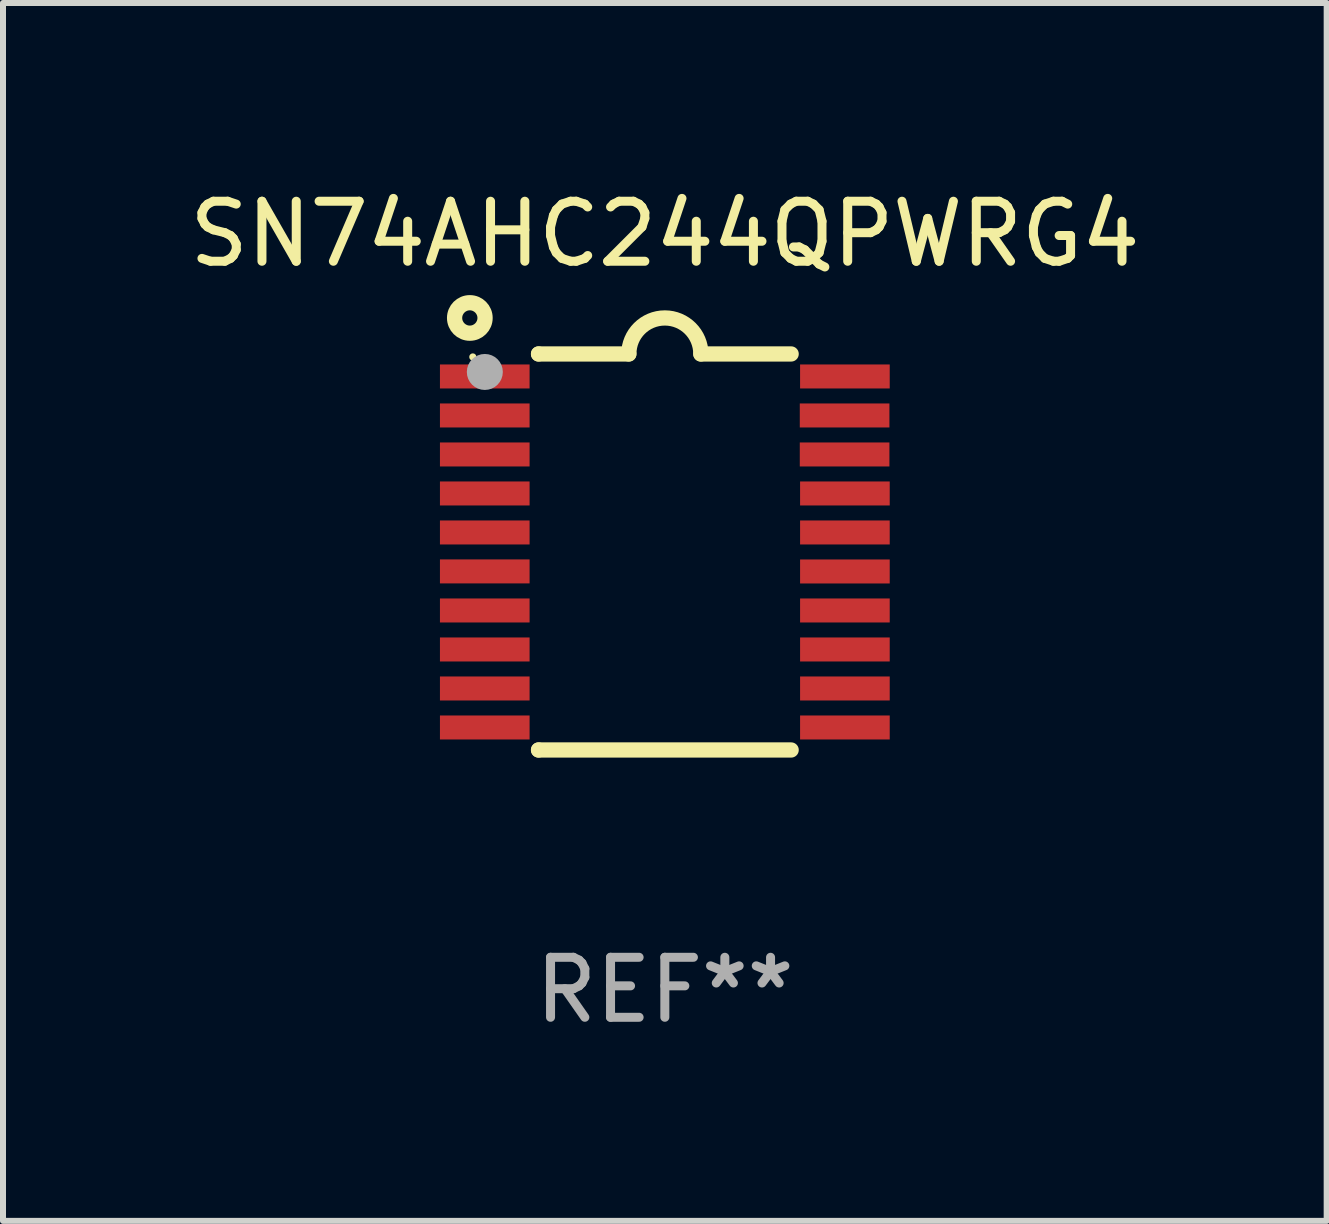
<source format=kicad_pcb>
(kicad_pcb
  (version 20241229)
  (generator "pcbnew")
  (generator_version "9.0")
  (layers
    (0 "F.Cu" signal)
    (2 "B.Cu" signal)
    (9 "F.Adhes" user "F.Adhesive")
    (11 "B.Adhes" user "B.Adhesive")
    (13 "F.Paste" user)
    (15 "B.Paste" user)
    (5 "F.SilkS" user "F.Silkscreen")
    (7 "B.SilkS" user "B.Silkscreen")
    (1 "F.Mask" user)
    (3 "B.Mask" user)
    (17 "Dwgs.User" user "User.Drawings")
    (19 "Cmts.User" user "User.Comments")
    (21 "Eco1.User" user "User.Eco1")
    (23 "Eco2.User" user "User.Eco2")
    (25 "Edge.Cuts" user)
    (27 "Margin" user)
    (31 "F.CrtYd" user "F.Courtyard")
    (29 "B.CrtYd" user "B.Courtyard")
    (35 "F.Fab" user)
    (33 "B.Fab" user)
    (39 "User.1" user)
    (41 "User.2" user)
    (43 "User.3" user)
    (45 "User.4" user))
  (footprint "SN74AHC244QPWRG4"
    (layer "F.Cu")
    (at 8.03 6.149)
    (property "Reference" "SN74AHC244QPWRG4" (at 0 -5.3 0) (layer "F.SilkS") (effects (font (size 1 1) (thickness 0.15))))
    (attr through_hole)
    (fp_line (start -2.105 -3.3) (end -2.105 -3.3) (stroke (width 0.254) (type solid)) (layer "F.SilkS"))
    (fp_line (start -2.105 -3.3) (end -0.6 -3.3) (stroke (width 0.254) (type solid)) (layer "F.SilkS"))
    (fp_line (start -2.105 3.3) (end -2.105 3.3) (stroke (width 0.254) (type solid)) (layer "F.SilkS"))
    (fp_line (start 0.6 -3.3) (end 2.105 -3.3) (stroke (width 0.254) (type solid)) (layer "F.SilkS"))
    (fp_line (start 2.105 3.3) (end -2.105 3.3) (stroke (width 0.254) (type solid)) (layer "F.SilkS"))
    (fp_arc (start -0.599924 -3.300026) (mid 0.000114 -3.897415) (end 0.600152 -3.300025) (stroke (width 0.254001) (type solid)) (layer "F.SilkS"))
    (fp_circle (center -3.25 -3.9) (end -2.996 -3.9) (stroke (width 0.254) (type solid)) (fill no) (layer "F.SilkS"))
    (fp_circle (center -3.2 -3.25) (end -3.17 -3.25) (stroke (width 0.06) (type solid)) (fill no) (layer "F.SilkS"))
    (fp_circle (center -3 -3) (end -2.85 -3) (stroke (width 0.3) (type solid)) (fill no) (layer "F.Fab"))
    (fp_text user "REF**" (at 0 7.3 0) (layer "F.Fab") (effects (font (size 1 1) (thickness 0.15))))
    (pad "1" smd rect (at -3.001 -2.925 270) (size 0.4 1.494) (layers "F.Cu" "F.Mask" "F.Paste"))
    (pad "2" smd rect (at -3.001 -2.275 270) (size 0.4 1.494) (layers "F.Cu" "F.Mask" "F.Paste"))
    (pad "3" smd rect (at -3.001 -1.625 270) (size 0.4 1.494) (layers "F.Cu" "F.Mask" "F.Paste"))
    (pad "4" smd rect (at -3.001 -0.975 270) (size 0.4 1.494) (layers "F.Cu" "F.Mask" "F.Paste"))
    (pad "5" smd rect (at -3.001 -0.325 270) (size 0.4 1.494) (layers "F.Cu" "F.Mask" "F.Paste"))
    (pad "6" smd rect (at -3.001 0.324 270) (size 0.4 1.494) (layers "F.Cu" "F.Mask" "F.Paste"))
    (pad "7" smd rect (at -3.001 0.975 270) (size 0.4 1.494) (layers "F.Cu" "F.Mask" "F.Paste"))
    (pad "8" smd rect (at -3.001 1.625 270) (size 0.4 1.494) (layers "F.Cu" "F.Mask" "F.Paste"))
    (pad "9" smd rect (at -3.001 2.275 270) (size 0.4 1.494) (layers "F.Cu" "F.Mask" "F.Paste"))
    (pad "10" smd rect (at -3.001 2.925 270) (size 0.4 1.494) (layers "F.Cu" "F.Mask" "F.Paste"))
    (pad "11" smd rect (at 3.001 2.925 270) (size 0.4 1.494) (layers "F.Cu" "F.Mask" "F.Paste"))
    (pad "12" smd rect (at 3.001 2.275 270) (size 0.4 1.494) (layers "F.Cu" "F.Mask" "F.Paste"))
    (pad "13" smd rect (at 3.001 1.625 270) (size 0.4 1.494) (layers "F.Cu" "F.Mask" "F.Paste"))
    (pad "14" smd rect (at 3.001 0.975 270) (size 0.4 1.494) (layers "F.Cu" "F.Mask" "F.Paste"))
    (pad "15" smd rect (at 3.001 0.325 270) (size 0.4 1.494) (layers "F.Cu" "F.Mask" "F.Paste"))
    (pad "16" smd rect (at 3.001 -0.325 270) (size 0.4 1.494) (layers "F.Cu" "F.Mask" "F.Paste"))
    (pad "17" smd rect (at 3.001 -0.975 270) (size 0.4 1.494) (layers "F.Cu" "F.Mask" "F.Paste"))
    (pad "18" smd rect (at 2.996 -1.625 270) (size 0.4 1.494) (layers "F.Cu" "F.Mask" "F.Paste"))
    (pad "19" smd rect (at 2.996 -2.275 270) (size 0.4 1.494) (layers "F.Cu" "F.Mask" "F.Paste"))
    (pad "20" smd rect (at 3.001 -2.925 270) (size 0.4 1.494) (layers "F.Cu" "F.Mask" "F.Paste")))
  (gr_rect
    (start -3 -3)
    (end 19.06 17.297)
    (stroke (width 0.1) (type default))
    (fill no)
    (layer "Edge.Cuts")))
</source>
